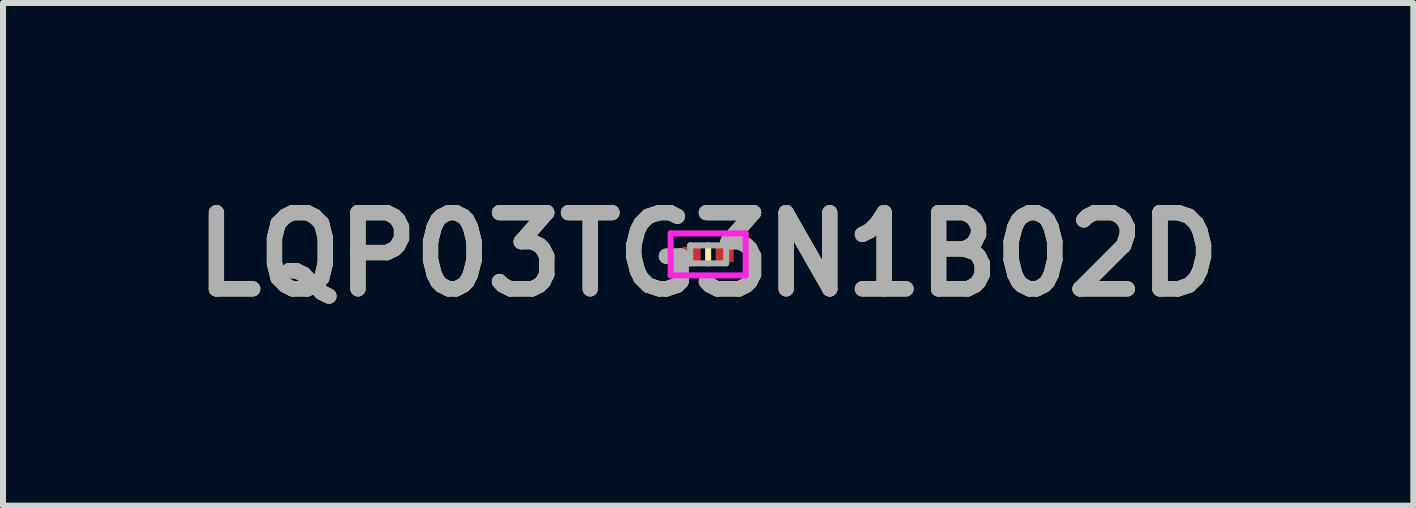
<source format=kicad_pcb>
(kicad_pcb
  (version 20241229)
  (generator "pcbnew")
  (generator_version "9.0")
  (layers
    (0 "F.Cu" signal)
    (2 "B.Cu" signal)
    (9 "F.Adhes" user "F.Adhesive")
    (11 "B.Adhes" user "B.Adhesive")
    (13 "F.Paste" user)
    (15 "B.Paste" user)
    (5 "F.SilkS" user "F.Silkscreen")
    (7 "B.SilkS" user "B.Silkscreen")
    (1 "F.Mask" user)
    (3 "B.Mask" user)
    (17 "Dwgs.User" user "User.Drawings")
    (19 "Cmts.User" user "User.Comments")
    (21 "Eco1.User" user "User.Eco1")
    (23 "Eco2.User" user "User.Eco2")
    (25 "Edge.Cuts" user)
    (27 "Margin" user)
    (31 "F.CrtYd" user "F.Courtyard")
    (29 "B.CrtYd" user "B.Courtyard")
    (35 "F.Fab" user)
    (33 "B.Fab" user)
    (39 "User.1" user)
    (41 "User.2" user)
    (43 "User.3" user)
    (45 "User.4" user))
  (footprint "LQP03TG3N1B02D"
    (layer "F.Cu")
    (at 8.751 1.189)
    (property "Reference" "LQP03TG3N1B02D" (at 0 0 0) (layer "F.SilkS") (effects (font (size 1.27 1.27) (thickness 0.254))))
    (attr smd)
    (fp_line (start 0 -0.15) (end 0 0.15) (stroke (width 0.1) (type solid)) (layer "F.SilkS"))
    (fp_line (start -0.625 -0.35) (end 0.625 -0.35) (stroke (width 0.1) (type solid)) (layer "F.CrtYd"))
    (fp_line (start -0.625 0.35) (end -0.625 -0.35) (stroke (width 0.1) (type solid)) (layer "F.CrtYd"))
    (fp_line (start 0.625 -0.35) (end 0.625 0.35) (stroke (width 0.1) (type solid)) (layer "F.CrtYd"))
    (fp_line (start 0.625 0.35) (end -0.625 0.35) (stroke (width 0.1) (type solid)) (layer "F.CrtYd"))
    (fp_line (start -0.3 -0.15) (end 0.3 -0.15) (stroke (width 0.1) (type solid)) (layer "F.Fab"))
    (fp_line (start -0.3 0.15) (end -0.3 -0.15) (stroke (width 0.1) (type solid)) (layer "F.Fab"))
    (fp_line (start 0.3 -0.15) (end 0.3 0.15) (stroke (width 0.1) (type solid)) (layer "F.Fab"))
    (fp_line (start 0.3 0.15) (end -0.3 0.15) (stroke (width 0.1) (type solid)) (layer "F.Fab"))
    (fp_text user "${REFERENCE}" (at 0 0 0) (layer "F.Fab") (effects (font (size 1.27 1.27) (thickness 0.254))))
    (pad "1" smd rect (at -0.275 0 90) (size 0.25 0.3) (layers "F.Cu" "F.Mask" "F.Paste"))
    (pad "2" smd rect (at 0.275 0 90) (size 0.25 0.3) (layers "F.Cu" "F.Mask" "F.Paste")))
  (gr_rect
    (start -3 -3)
    (end 20.502 5.377)
    (stroke (width 0.1) (type default))
    (fill no)
    (layer "Edge.Cuts")))
</source>
